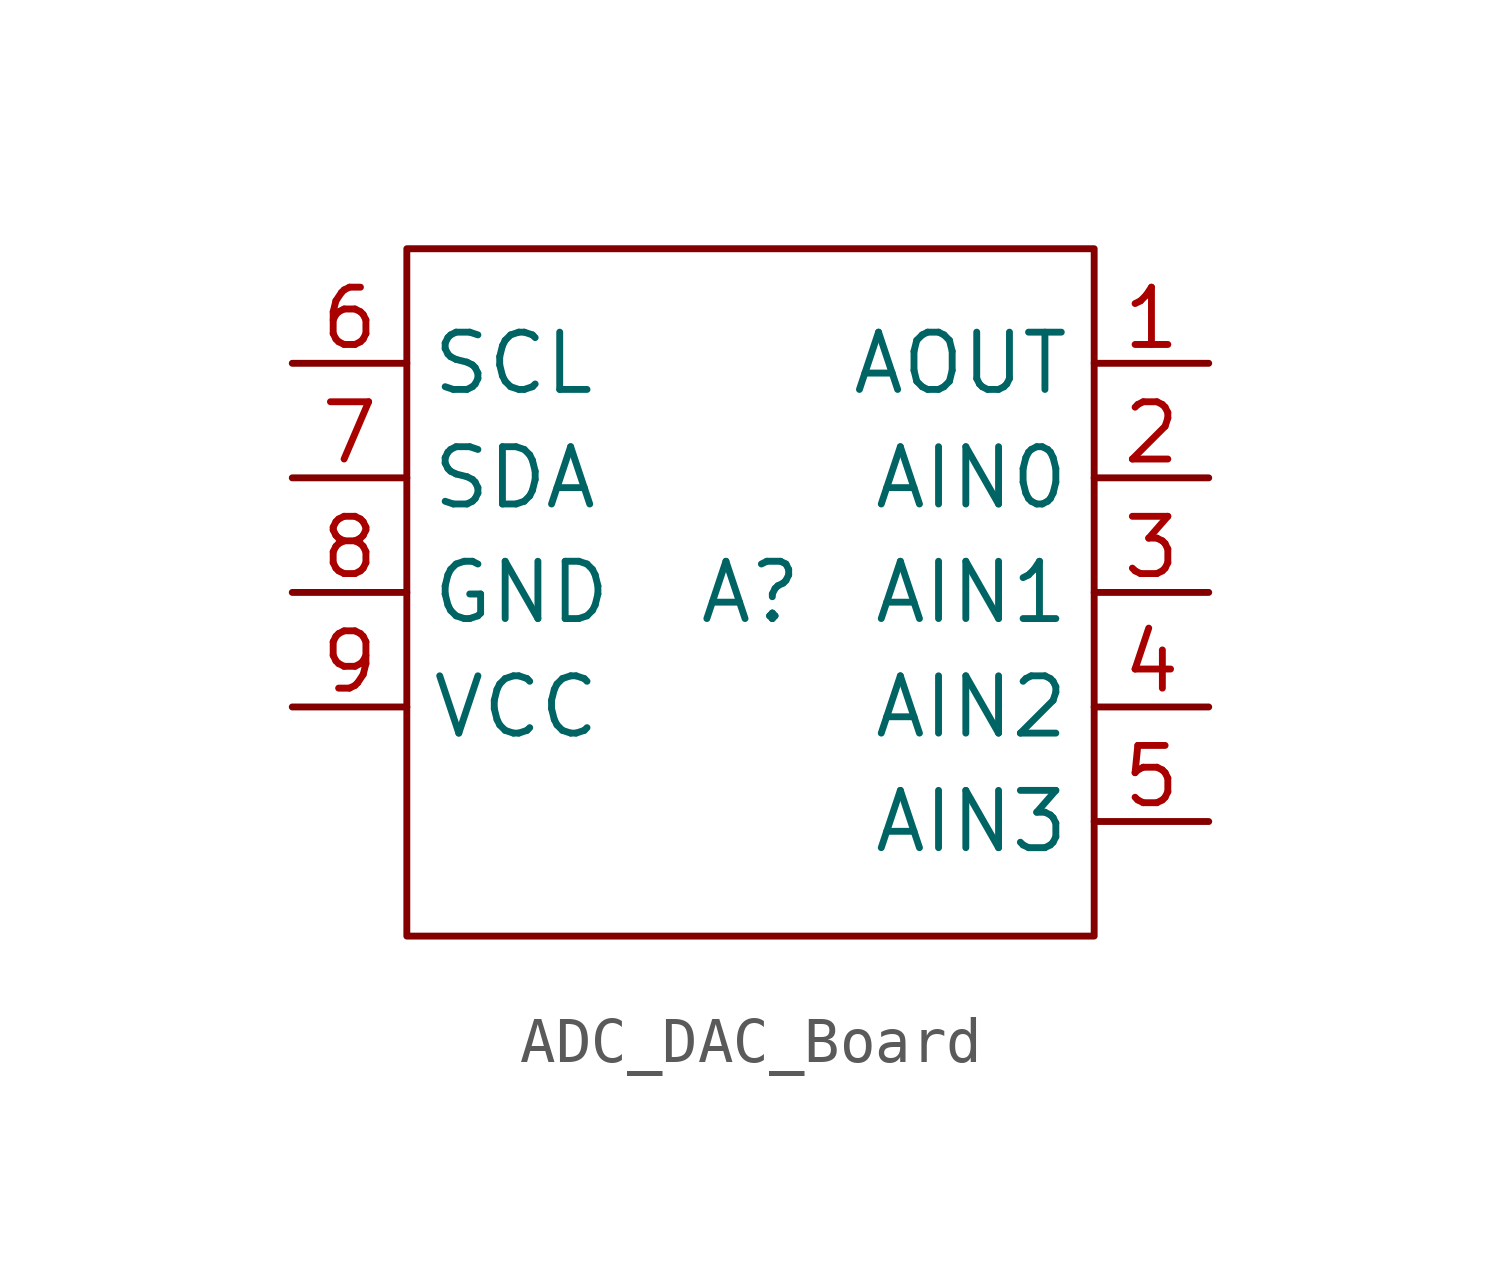
<source format=kicad_sym>
(kicad_symbol_lib
  (version 20220914)
  (generator kicad_symbol_editor)
  (symbol "ADC_DAC_Board"
    (property "Reference" "A"
      (at 0 0 0)
      (effects (font (size 1.27 1.27))))
    (property "Value" ""
      (at 0 0 0)
      (effects (font (size 1.27 1.27))))
    (symbol "ADC_DAC_Board_0_1"
      (rectangle (start -7.62 7.62) (end 7.62 -7.62) (stroke (width 0) (type default)) (fill (type none))))
    (symbol "ADC_DAC_Board_1_1"
      (pin input line (at 10.16 5.08 180) (length 2.54) (name "AOUT" (effects (font (size 1.27 1.27)))) (number "1" (effects (font (size 1.27 1.27)))))
      (pin input line (at 10.16 2.54 180) (length 2.54) (name "AIN0" (effects (font (size 1.27 1.27)))) (number "2" (effects (font (size 1.27 1.27)))))
      (pin input line (at 10.16 0 180) (length 2.54) (name "AIN1" (effects (font (size 1.27 1.27)))) (number "3" (effects (font (size 1.27 1.27)))))
      (pin input line (at 10.16 -2.54 180) (length 2.54) (name "AIN2" (effects (font (size 1.27 1.27)))) (number "4" (effects (font (size 1.27 1.27)))))
      (pin input line (at 10.16 -5.08 180) (length 2.54) (name "AIN3" (effects (font (size 1.27 1.27)))) (number "5" (effects (font (size 1.27 1.27)))))
      (pin input line (at -10.16 5.08 0) (length 2.54) (name "SCL" (effects (font (size 1.27 1.27)))) (number "6" (effects (font (size 1.27 1.27)))))
      (pin input line (at -10.16 2.54 0) (length 2.54) (name "SDA" (effects (font (size 1.27 1.27)))) (number "7" (effects (font (size 1.27 1.27)))))
      (pin power_in line (at -10.16 0 0) (length 2.54) (name "GND" (effects (font (size 1.27 1.27)))) (number "8" (effects (font (size 1.27 1.27)))))
      (pin power_in line (at -10.16 -2.54 0) (length 2.54) (name "VCC" (effects (font (size 1.27 1.27)))) (number "9" (effects (font (size 1.27 1.27))))))))
</source>
